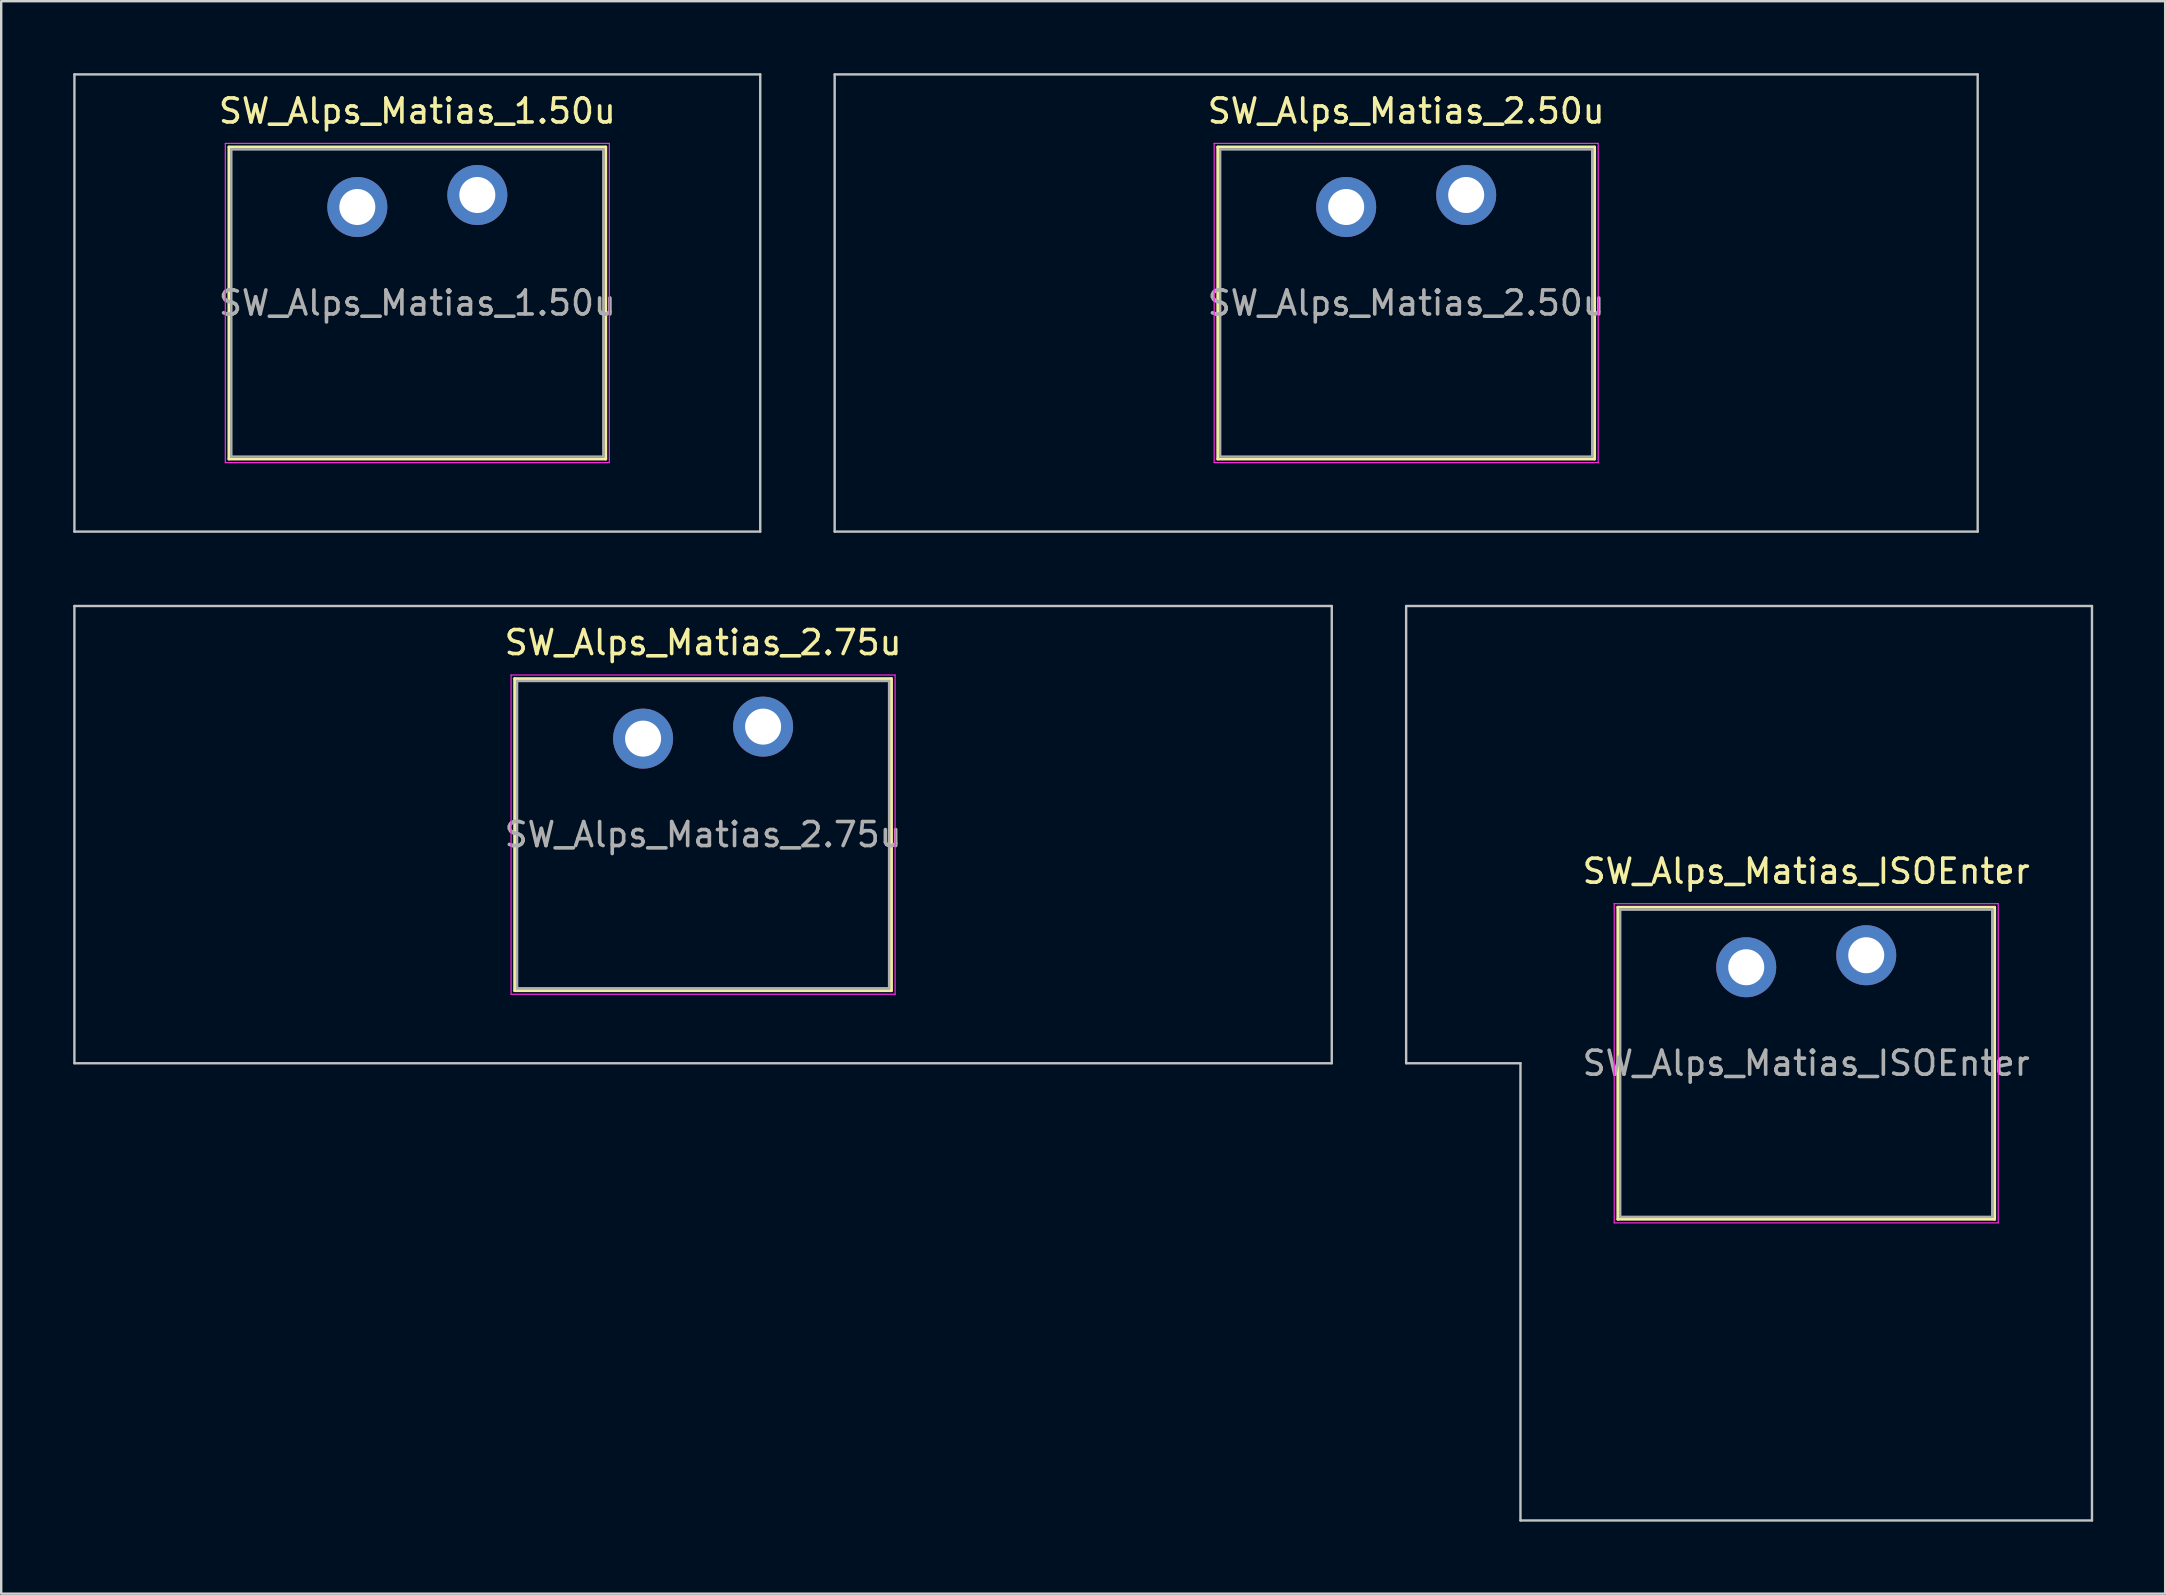
<source format=kicad_pcb>
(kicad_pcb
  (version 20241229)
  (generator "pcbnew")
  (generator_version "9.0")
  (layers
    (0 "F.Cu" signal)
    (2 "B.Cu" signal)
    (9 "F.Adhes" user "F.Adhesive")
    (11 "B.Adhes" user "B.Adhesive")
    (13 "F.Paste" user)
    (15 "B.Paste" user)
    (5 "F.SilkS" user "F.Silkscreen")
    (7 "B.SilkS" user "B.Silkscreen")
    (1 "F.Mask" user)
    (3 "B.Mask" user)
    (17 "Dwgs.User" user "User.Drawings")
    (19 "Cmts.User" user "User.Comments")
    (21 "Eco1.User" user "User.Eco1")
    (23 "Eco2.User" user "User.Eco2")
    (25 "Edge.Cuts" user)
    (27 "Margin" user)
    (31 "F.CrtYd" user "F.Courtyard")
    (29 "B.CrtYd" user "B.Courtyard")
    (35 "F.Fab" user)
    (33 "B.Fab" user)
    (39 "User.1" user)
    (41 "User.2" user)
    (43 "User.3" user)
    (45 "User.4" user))
  (footprint "SW_Alps_Matias_2.50u"
    (layer "F.Cu")
    (at 55.538 9.575)
    (property "Reference" "SW_Alps_Matias_2.50u" (at 0 -8 0) (layer "F.SilkS") (effects (font (size 1 1) (thickness 0.15))))
    (attr through_hole)
    (fp_line (start -7.85 -6.5) (end -7.85 6.5) (stroke (width 0.12) (type solid)) (layer "F.SilkS"))
    (fp_line (start -7.85 6.5) (end 7.85 6.5) (stroke (width 0.12) (type solid)) (layer "F.SilkS"))
    (fp_line (start 7.85 -6.5) (end -7.85 -6.5) (stroke (width 0.12) (type solid)) (layer "F.SilkS"))
    (fp_line (start 7.85 6.5) (end 7.85 -6.5) (stroke (width 0.12) (type solid)) (layer "F.SilkS"))
    (fp_line (start -23.812 -9.525) (end -23.812 9.525) (stroke (width 0.1) (type solid)) (layer "Dwgs.User"))
    (fp_line (start -23.812 9.525) (end 23.812 9.525) (stroke (width 0.1) (type solid)) (layer "Dwgs.User"))
    (fp_line (start 23.812 -9.525) (end -23.812 -9.525) (stroke (width 0.1) (type solid)) (layer "Dwgs.User"))
    (fp_line (start 23.812 9.525) (end 23.812 -9.525) (stroke (width 0.1) (type solid)) (layer "Dwgs.User"))
    (fp_line (start -8 -6.65) (end -8 6.65) (stroke (width 0.05) (type solid)) (layer "F.CrtYd"))
    (fp_line (start -8 6.65) (end 8 6.65) (stroke (width 0.05) (type solid)) (layer "F.CrtYd"))
    (fp_line (start 8 -6.65) (end -8 -6.65) (stroke (width 0.05) (type solid)) (layer "F.CrtYd"))
    (fp_line (start 8 6.65) (end 8 -6.65) (stroke (width 0.05) (type solid)) (layer "F.CrtYd"))
    (fp_line (start -7.75 -6.4) (end -7.75 6.4) (stroke (width 0.1) (type solid)) (layer "F.Fab"))
    (fp_line (start -7.75 6.4) (end 7.75 6.4) (stroke (width 0.1) (type solid)) (layer "F.Fab"))
    (fp_line (start 7.75 -6.4) (end -7.75 -6.4) (stroke (width 0.1) (type solid)) (layer "F.Fab"))
    (fp_line (start 7.75 6.4) (end 7.75 -6.4) (stroke (width 0.1) (type solid)) (layer "F.Fab"))
    (fp_text user "${REFERENCE}" (at 0 0 0) (layer "F.Fab") (effects (font (size 1 1) (thickness 0.15))))
    (pad "1" thru_hole circle (at 2.5 -4.5) (size 2.5 2.5) (drill 1.5) (layers "*.Cu" "B.Mask"))
    (pad "2" thru_hole circle (at -2.5 -4) (size 2.5 2.5) (drill 1.5) (layers "*.Cu" "B.Mask")))
  (footprint "SW_Alps_Matias_2.75u"
    (layer "F.Cu")
    (at 26.244 31.725)
    (property "Reference" "SW_Alps_Matias_2.75u" (at 0 -8 0) (layer "F.SilkS") (effects (font (size 1 1) (thickness 0.15))))
    (attr through_hole)
    (fp_line (start -7.85 -6.5) (end -7.85 6.5) (stroke (width 0.12) (type solid)) (layer "F.SilkS"))
    (fp_line (start -7.85 6.5) (end 7.85 6.5) (stroke (width 0.12) (type solid)) (layer "F.SilkS"))
    (fp_line (start 7.85 -6.5) (end -7.85 -6.5) (stroke (width 0.12) (type solid)) (layer "F.SilkS"))
    (fp_line (start 7.85 6.5) (end 7.85 -6.5) (stroke (width 0.12) (type solid)) (layer "F.SilkS"))
    (fp_line (start -26.194 -9.525) (end -26.194 9.525) (stroke (width 0.1) (type solid)) (layer "Dwgs.User"))
    (fp_line (start -26.194 9.525) (end 26.194 9.525) (stroke (width 0.1) (type solid)) (layer "Dwgs.User"))
    (fp_line (start 26.194 -9.525) (end -26.194 -9.525) (stroke (width 0.1) (type solid)) (layer "Dwgs.User"))
    (fp_line (start 26.194 9.525) (end 26.194 -9.525) (stroke (width 0.1) (type solid)) (layer "Dwgs.User"))
    (fp_line (start -8 -6.65) (end -8 6.65) (stroke (width 0.05) (type solid)) (layer "F.CrtYd"))
    (fp_line (start -8 6.65) (end 8 6.65) (stroke (width 0.05) (type solid)) (layer "F.CrtYd"))
    (fp_line (start 8 -6.65) (end -8 -6.65) (stroke (width 0.05) (type solid)) (layer "F.CrtYd"))
    (fp_line (start 8 6.65) (end 8 -6.65) (stroke (width 0.05) (type solid)) (layer "F.CrtYd"))
    (fp_line (start -7.75 -6.4) (end -7.75 6.4) (stroke (width 0.1) (type solid)) (layer "F.Fab"))
    (fp_line (start -7.75 6.4) (end 7.75 6.4) (stroke (width 0.1) (type solid)) (layer "F.Fab"))
    (fp_line (start 7.75 -6.4) (end -7.75 -6.4) (stroke (width 0.1) (type solid)) (layer "F.Fab"))
    (fp_line (start 7.75 6.4) (end 7.75 -6.4) (stroke (width 0.1) (type solid)) (layer "F.Fab"))
    (fp_text user "${REFERENCE}" (at 0 0 0) (layer "F.Fab") (effects (font (size 1 1) (thickness 0.15))))
    (pad "1" thru_hole circle (at 2.5 -4.5) (size 2.5 2.5) (drill 1.5) (layers "*.Cu" "B.Mask"))
    (pad "2" thru_hole circle (at -2.5 -4) (size 2.5 2.5) (drill 1.5) (layers "*.Cu" "B.Mask")))
  (footprint "SW_Alps_Matias_1.50u"
    (layer "F.Cu")
    (at 14.338 9.575)
    (property "Reference" "SW_Alps_Matias_1.50u" (at 0 -8 0) (layer "F.SilkS") (effects (font (size 1 1) (thickness 0.15))))
    (attr through_hole)
    (fp_line (start -7.85 -6.5) (end -7.85 6.5) (stroke (width 0.12) (type solid)) (layer "F.SilkS"))
    (fp_line (start -7.85 6.5) (end 7.85 6.5) (stroke (width 0.12) (type solid)) (layer "F.SilkS"))
    (fp_line (start 7.85 -6.5) (end -7.85 -6.5) (stroke (width 0.12) (type solid)) (layer "F.SilkS"))
    (fp_line (start 7.85 6.5) (end 7.85 -6.5) (stroke (width 0.12) (type solid)) (layer "F.SilkS"))
    (fp_line (start -14.287 -9.525) (end -14.287 9.525) (stroke (width 0.1) (type solid)) (layer "Dwgs.User"))
    (fp_line (start -14.287 9.525) (end 14.287 9.525) (stroke (width 0.1) (type solid)) (layer "Dwgs.User"))
    (fp_line (start 14.287 -9.525) (end -14.287 -9.525) (stroke (width 0.1) (type solid)) (layer "Dwgs.User"))
    (fp_line (start 14.287 9.525) (end 14.287 -9.525) (stroke (width 0.1) (type solid)) (layer "Dwgs.User"))
    (fp_line (start -8 -6.65) (end -8 6.65) (stroke (width 0.05) (type solid)) (layer "F.CrtYd"))
    (fp_line (start -8 6.65) (end 8 6.65) (stroke (width 0.05) (type solid)) (layer "F.CrtYd"))
    (fp_line (start 8 -6.65) (end -8 -6.65) (stroke (width 0.05) (type solid)) (layer "F.CrtYd"))
    (fp_line (start 8 6.65) (end 8 -6.65) (stroke (width 0.05) (type solid)) (layer "F.CrtYd"))
    (fp_line (start -7.75 -6.4) (end -7.75 6.4) (stroke (width 0.1) (type solid)) (layer "F.Fab"))
    (fp_line (start -7.75 6.4) (end 7.75 6.4) (stroke (width 0.1) (type solid)) (layer "F.Fab"))
    (fp_line (start 7.75 -6.4) (end -7.75 -6.4) (stroke (width 0.1) (type solid)) (layer "F.Fab"))
    (fp_line (start 7.75 6.4) (end 7.75 -6.4) (stroke (width 0.1) (type solid)) (layer "F.Fab"))
    (fp_text user "${REFERENCE}" (at 0 0 0) (layer "F.Fab") (effects (font (size 1 1) (thickness 0.15))))
    (pad "1" thru_hole circle (at 2.5 -4.5) (size 2.5 2.5) (drill 1.5) (layers "*.Cu" "B.Mask"))
    (pad "2" thru_hole circle (at -2.5 -4) (size 2.5 2.5) (drill 1.5) (layers "*.Cu" "B.Mask")))
  (footprint "SW_Alps_Matias_ISOEnter"
    (layer "F.Cu")
    (at 72.206 41.25)
    (property "Reference" "SW_Alps_Matias_ISOEnter" (at 0 -8 0) (layer "F.SilkS") (effects (font (size 1 1) (thickness 0.15))))
    (attr through_hole)
    (fp_line (start -7.85 -6.5) (end -7.85 6.5) (stroke (width 0.12) (type solid)) (layer "F.SilkS"))
    (fp_line (start -7.85 6.5) (end 7.85 6.5) (stroke (width 0.12) (type solid)) (layer "F.SilkS"))
    (fp_line (start 7.85 -6.5) (end -7.85 -6.5) (stroke (width 0.12) (type solid)) (layer "F.SilkS"))
    (fp_line (start 7.85 6.5) (end 7.85 -6.5) (stroke (width 0.12) (type solid)) (layer "F.SilkS"))
    (fp_line (start -16.669 -19.05) (end -16.669 0) (stroke (width 0.1) (type solid)) (layer "Dwgs.User"))
    (fp_line (start -16.669 0) (end -11.906 0) (stroke (width 0.1) (type solid)) (layer "Dwgs.User"))
    (fp_line (start -11.906 0) (end -11.906 19.05) (stroke (width 0.1) (type solid)) (layer "Dwgs.User"))
    (fp_line (start -11.906 19.05) (end 11.906 19.05) (stroke (width 0.1) (type solid)) (layer "Dwgs.User"))
    (fp_line (start 11.906 -19.05) (end -16.669 -19.05) (stroke (width 0.1) (type solid)) (layer "Dwgs.User"))
    (fp_line (start 11.906 19.05) (end 11.906 -19.05) (stroke (width 0.1) (type solid)) (layer "Dwgs.User"))
    (fp_line (start -8 -6.65) (end -8 6.65) (stroke (width 0.05) (type solid)) (layer "F.CrtYd"))
    (fp_line (start -8 6.65) (end 8 6.65) (stroke (width 0.05) (type solid)) (layer "F.CrtYd"))
    (fp_line (start 8 -6.65) (end -8 -6.65) (stroke (width 0.05) (type solid)) (layer "F.CrtYd"))
    (fp_line (start 8 6.65) (end 8 -6.65) (stroke (width 0.05) (type solid)) (layer "F.CrtYd"))
    (fp_line (start -7.75 -6.4) (end -7.75 6.4) (stroke (width 0.1) (type solid)) (layer "F.Fab"))
    (fp_line (start -7.75 6.4) (end 7.75 6.4) (stroke (width 0.1) (type solid)) (layer "F.Fab"))
    (fp_line (start 7.75 -6.4) (end -7.75 -6.4) (stroke (width 0.1) (type solid)) (layer "F.Fab"))
    (fp_line (start 7.75 6.4) (end 7.75 -6.4) (stroke (width 0.1) (type solid)) (layer "F.Fab"))
    (fp_text user "${REFERENCE}" (at 0 0 0) (layer "F.Fab") (effects (font (size 1 1) (thickness 0.15))))
    (pad "1" thru_hole circle (at 2.5 -4.5) (size 2.5 2.5) (drill 1.5) (layers "*.Cu" "B.Mask"))
    (pad "2" thru_hole circle (at -2.5 -4) (size 2.5 2.5) (drill 1.5) (layers "*.Cu" "B.Mask")))
  (gr_rect
    (start -3 -3)
    (end 87.162 63.35)
    (stroke (width 0.1) (type default))
    (fill no)
    (layer "Edge.Cuts")))
</source>
